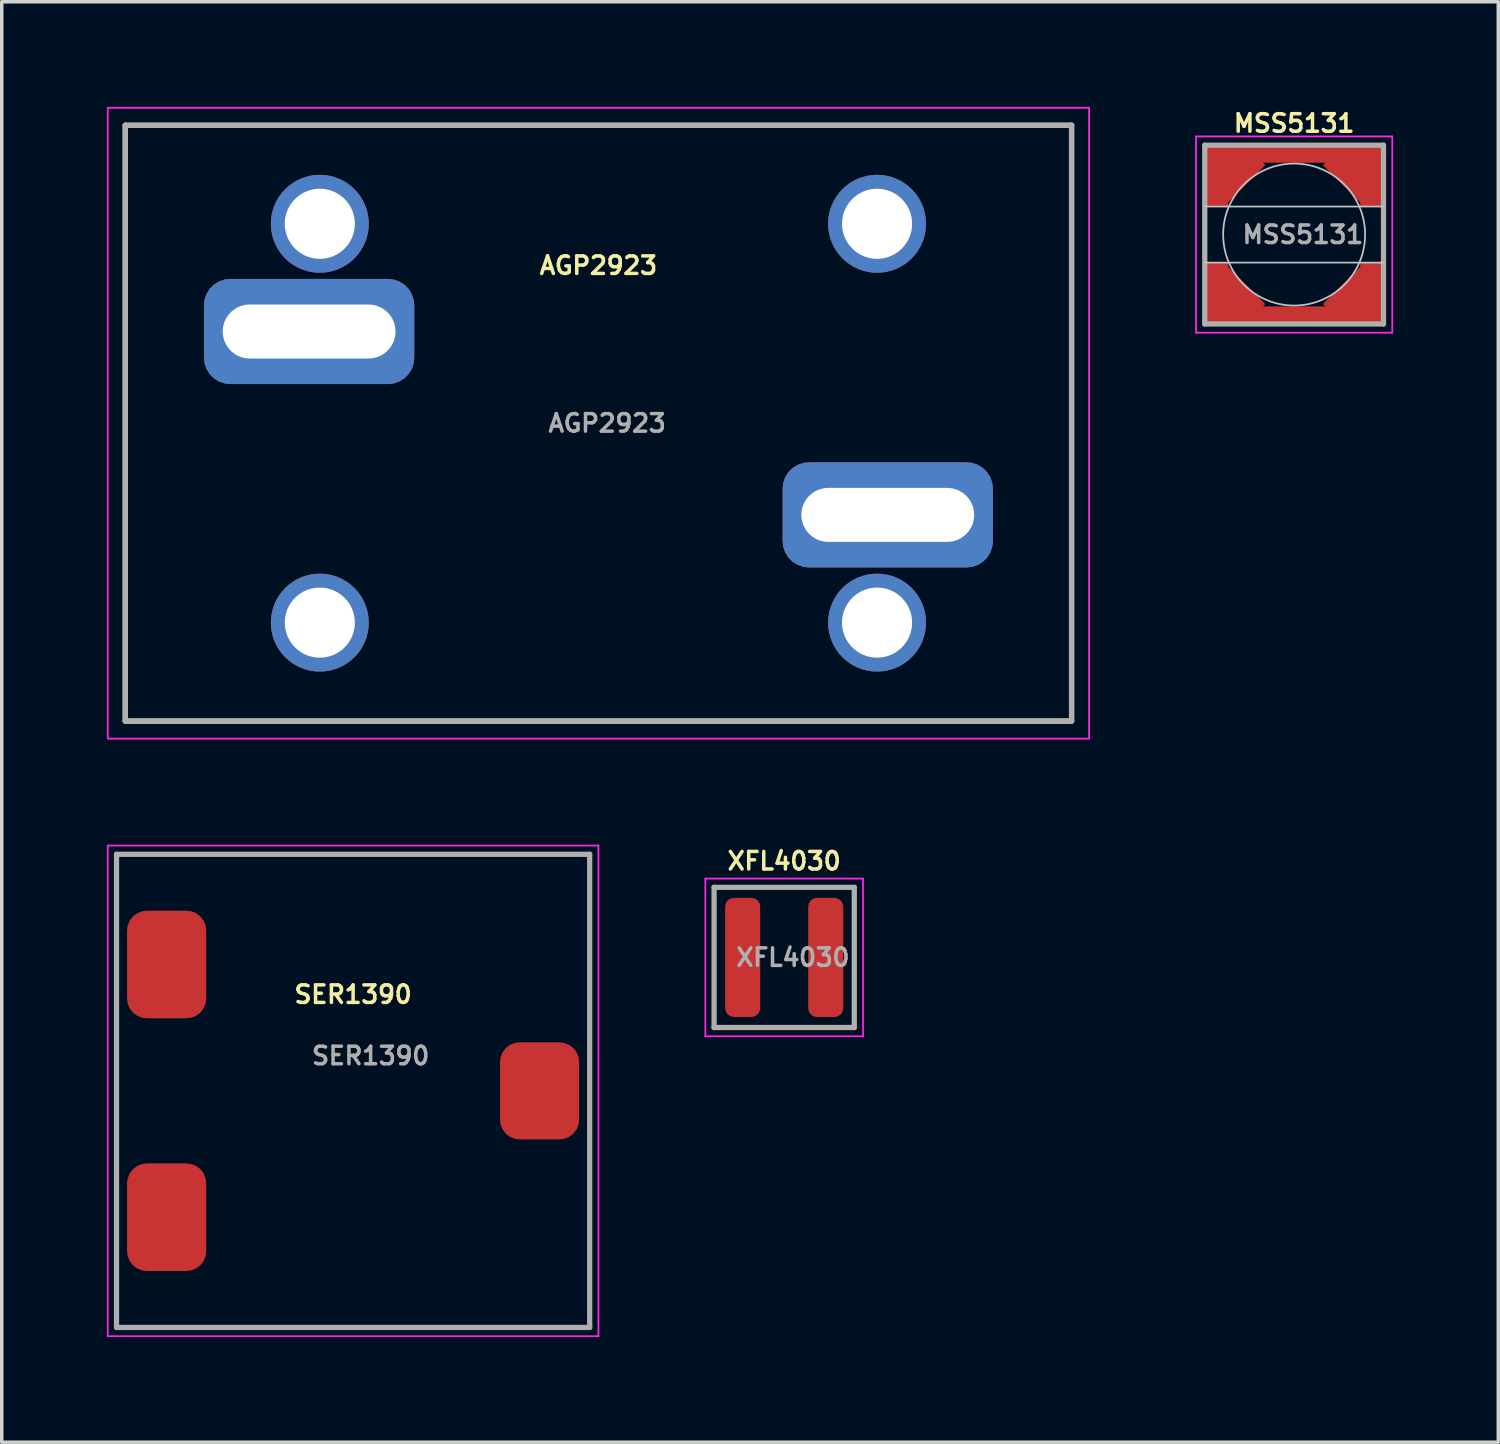
<source format=kicad_pcb>
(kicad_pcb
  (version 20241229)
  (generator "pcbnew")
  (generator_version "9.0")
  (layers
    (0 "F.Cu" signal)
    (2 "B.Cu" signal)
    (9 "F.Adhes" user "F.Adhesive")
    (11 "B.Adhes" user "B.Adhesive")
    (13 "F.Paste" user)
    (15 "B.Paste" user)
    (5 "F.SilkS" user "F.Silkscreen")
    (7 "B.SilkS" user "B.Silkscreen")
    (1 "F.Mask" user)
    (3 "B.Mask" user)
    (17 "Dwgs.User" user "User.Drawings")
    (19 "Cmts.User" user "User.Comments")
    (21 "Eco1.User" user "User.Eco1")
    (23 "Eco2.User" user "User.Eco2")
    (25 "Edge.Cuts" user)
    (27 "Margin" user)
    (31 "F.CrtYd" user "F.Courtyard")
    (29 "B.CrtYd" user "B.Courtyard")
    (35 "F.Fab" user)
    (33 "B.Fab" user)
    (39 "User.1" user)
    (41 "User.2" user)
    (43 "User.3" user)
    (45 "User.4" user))
  (footprint "SER1390"
    (layer "F.Cu")
    (at 7.025 28.075)
    (property "Reference" "SER1390" (at 0 -2.75 0) (layer "F.SilkS") (effects (font (size 0.5 0.5) (thickness 0.1))))
    (attr smd)
    (fp_line (start -7 7) (end -7 -7) (stroke (width 0.05) (type solid)) (layer "F.CrtYd"))
    (fp_line (start -7 7) (end 7 7) (stroke (width 0.05) (type solid)) (layer "F.CrtYd"))
    (fp_line (start 7 -7) (end -7 -7) (stroke (width 0.05) (type solid)) (layer "F.CrtYd"))
    (fp_line (start 7 -7) (end 7 7) (stroke (width 0.05) (type solid)) (layer "F.CrtYd"))
    (fp_line (start -6.75 -6.75) (end 6.75 -6.75) (stroke (width 0.15) (type solid)) (layer "F.Fab"))
    (fp_line (start -6.75 6.75) (end -6.75 -6.75) (stroke (width 0.15) (type solid)) (layer "F.Fab"))
    (fp_line (start 6.75 -6.75) (end 6.75 6.75) (stroke (width 0.15) (type solid)) (layer "F.Fab"))
    (fp_line (start 6.75 6.75) (end -6.75 6.75) (stroke (width 0.15) (type solid)) (layer "F.Fab"))
    (fp_text user "${REFERENCE}" (at 0.5 -1 0) (layer "F.Fab") (effects (font (size 0.5 0.5) (thickness 0.1))))
    (pad "1" smd roundrect (at -5.32 -3.605) (size 2.26 3.07) (layers "F.Cu" "F.Mask" "F.Paste") (roundrect_rratio 0.25))
    (pad "2" smd roundrect (at -5.32 3.605) (size 2.26 3.07) (layers "F.Cu" "F.Mask" "F.Paste") (roundrect_rratio 0.25))
    (pad "3" smd roundrect (at 5.32 0) (size 2.26 2.77) (layers "F.Cu" "F.Mask" "F.Paste") (roundrect_rratio 0.25)))
  (footprint "AGP2923"
    (layer "F.Cu")
    (at 14.025 9.025)
    (property "Reference" "AGP2923" (at 0 -4.5 0) (layer "F.SilkS") (effects (font (size 0.5 0.5) (thickness 0.1))))
    (attr smd)
    (fp_line (start -13.5 -8.5) (end 13.5 -8.5) (stroke (width 0.15) (type solid)) (layer "F.SilkS"))
    (fp_line (start -13.5 8.5) (end -13.5 -8.5) (stroke (width 0.15) (type solid)) (layer "F.SilkS"))
    (fp_line (start 13.5 -8.5) (end 13.5 8.5) (stroke (width 0.15) (type solid)) (layer "F.SilkS"))
    (fp_line (start 13.5 8.5) (end -13.5 8.5) (stroke (width 0.15) (type solid)) (layer "F.SilkS"))
    (fp_line (start -14 9) (end -14 -9) (stroke (width 0.05) (type solid)) (layer "F.CrtYd"))
    (fp_line (start 14 -9) (end -14 -9) (stroke (width 0.05) (type solid)) (layer "F.CrtYd"))
    (fp_line (start 14 -9) (end 14 9) (stroke (width 0.05) (type solid)) (layer "F.CrtYd"))
    (fp_line (start 14 9) (end -14 9) (stroke (width 0.05) (type solid)) (layer "F.CrtYd"))
    (fp_line (start -13.5 -8.5) (end -13.5 8.5) (stroke (width 0.15) (type solid)) (layer "F.Fab"))
    (fp_line (start -13.5 8.5) (end 13.5 8.5) (stroke (width 0.15) (type solid)) (layer "F.Fab"))
    (fp_line (start 13.5 -8.5) (end -13.5 -8.5) (stroke (width 0.15) (type solid)) (layer "F.Fab"))
    (fp_line (start 13.5 8.5) (end 13.5 -8.5) (stroke (width 0.15) (type solid)) (layer "F.Fab"))
    (fp_text user "${REFERENCE}" (at 0.25 0 0) (layer "F.Fab") (effects (font (size 0.5 0.5) (thickness 0.1))))
    (pad "" thru_hole circle (at -7.95 -5.69) (size 2.794 2.794) (drill 2) (layers "*.Cu" "*.Mask"))
    (pad "" thru_hole circle (at -7.95 5.69) (size 2.794 2.794) (drill 2) (layers "*.Cu" "*.Mask"))
    (pad "" thru_hole circle (at 7.95 -5.69) (size 2.794 2.794) (drill 2) (layers "*.Cu" "*.Mask"))
    (pad "" thru_hole circle (at 7.95 5.69) (size 2.794 2.794) (drill 2) (layers "*.Cu" "*.Mask"))
    (pad "1" thru_hole roundrect (at -8.255 -2.616) (size 6 3) (drill oval 4.93 1.54) (layers "*.Cu" "*.Mask") (roundrect_rratio 0.25))
    (pad "2" thru_hole roundrect (at 8.255 2.616) (size 6 3) (drill oval 4.93 1.54) (layers "*.Cu" "*.Mask") (roundrect_rratio 0.25)))
  (footprint "MSS5131"
    (layer "F.Cu")
    (at 33.875 3.643)
    (property "Reference" "MSS5131" (at 0 -3.175 0) (layer "F.SilkS") (effects (font (size 0.5 0.5) (thickness 0.1))))
    (attr smd)
    (fp_line (start -2.54 0.8) (end 2.54 0.8) (stroke (width 0.05) (type solid)) (layer "Dwgs.User"))
    (fp_line (start 2.54 -0.8) (end -2.54 -0.8) (stroke (width 0.05) (type solid)) (layer "Dwgs.User"))
    (fp_circle (center 0 0) (end 2.025 0) (stroke (width 0.05) (type solid)) (fill no) (layer "Dwgs.User"))
    (fp_line (start -2.8 2.8) (end -2.8 -2.8) (stroke (width 0.05) (type solid)) (layer "F.CrtYd"))
    (fp_line (start -2.8 2.8) (end 2.8 2.8) (stroke (width 0.05) (type solid)) (layer "F.CrtYd"))
    (fp_line (start 2.8 -2.8) (end -2.8 -2.8) (stroke (width 0.05) (type solid)) (layer "F.CrtYd"))
    (fp_line (start 2.8 -2.8) (end 2.8 2.8) (stroke (width 0.05) (type solid)) (layer "F.CrtYd"))
    (fp_line (start -2.55 -2.55) (end 2.55 -2.55) (stroke (width 0.15) (type solid)) (layer "F.Fab"))
    (fp_line (start -2.55 2.55) (end -2.55 -2.55) (stroke (width 0.15) (type solid)) (layer "F.Fab"))
    (fp_line (start 2.55 -2.55) (end 2.55 2.55) (stroke (width 0.15) (type solid)) (layer "F.Fab"))
    (fp_line (start 2.55 2.55) (end -2.55 2.55) (stroke (width 0.15) (type solid)) (layer "F.Fab"))
    (fp_text user "${REFERENCE}" (at 0.25 0 0) (layer "F.Fab") (effects (font (size 0.5 0.5) (thickness 0.1))))
    (pad "1" smd rect (at -2.21 -1.67) (size 0.65 1.75) (layers "F.Cu" "F.Mask" "F.Paste"))
    (pad "1" smd rect (at -1.67 -1.7 315) (size 0.8 1.6) (layers "F.Cu" "F.Mask" "F.Paste"))
    (pad "1" smd rect (at 0 -2.3 90) (size 0.5 5.08) (layers "F.Cu" "F.Mask" "F.Paste"))
    (pad "1" smd rect (at 1.67 -1.7 45) (size 0.8 1.6) (layers "F.Cu" "F.Mask" "F.Paste"))
    (pad "1" smd rect (at 2.21 -1.67) (size 0.65 1.75) (layers "F.Cu" "F.Mask" "F.Paste"))
    (pad "2" smd rect (at -2.21 1.67) (size 0.65 1.75) (layers "F.Cu" "F.Mask" "F.Paste"))
    (pad "2" smd rect (at -1.67 1.7 45) (size 0.8 1.6) (layers "F.Cu" "F.Mask" "F.Paste"))
    (pad "2" smd rect (at 0 2.3 90) (size 0.5 5.08) (layers "F.Cu" "F.Mask" "F.Paste"))
    (pad "2" smd rect (at 1.67 1.7 315) (size 0.8 1.6) (layers "F.Cu" "F.Mask" "F.Paste"))
    (pad "2" smd rect (at 2.21 1.67) (size 0.65 1.75) (layers "F.Cu" "F.Mask" "F.Paste")))
  (footprint "XFL4030"
    (layer "F.Cu")
    (at 19.325 24.268)
    (property "Reference" "XFL4030" (at 0 -2.75 0) (layer "F.SilkS") (effects (font (size 0.5 0.5) (thickness 0.1))))
    (attr smd)
    (fp_line (start -2.25 2.25) (end -2.25 -2.25) (stroke (width 0.05) (type solid)) (layer "F.CrtYd"))
    (fp_line (start -2.25 2.25) (end 2.25 2.25) (stroke (width 0.05) (type solid)) (layer "F.CrtYd"))
    (fp_line (start 2.25 -2.25) (end -2.25 -2.25) (stroke (width 0.05) (type solid)) (layer "F.CrtYd"))
    (fp_line (start 2.25 -2.25) (end 2.25 2.25) (stroke (width 0.05) (type solid)) (layer "F.CrtYd"))
    (fp_line (start -2 -2) (end 2 -2) (stroke (width 0.15) (type solid)) (layer "F.Fab"))
    (fp_line (start -2 2) (end -2 -2) (stroke (width 0.15) (type solid)) (layer "F.Fab"))
    (fp_line (start 2 -2) (end 2 2) (stroke (width 0.15) (type solid)) (layer "F.Fab"))
    (fp_line (start 2 2) (end -2 2) (stroke (width 0.15) (type solid)) (layer "F.Fab"))
    (fp_text user "${REFERENCE}" (at 0.25 0 0) (layer "F.Fab") (effects (font (size 0.5 0.5) (thickness 0.1))))
    (pad "1" smd roundrect (at -1.185 0) (size 1 3.4) (layers "F.Cu" "F.Mask" "F.Paste") (roundrect_rratio 0.25))
    (pad "2" smd roundrect (at 1.185 0) (size 1 3.4) (layers "F.Cu" "F.Mask" "F.Paste") (roundrect_rratio 0.25)))
  (gr_rect
    (start -3 -3)
    (end 39.7 38.1)
    (stroke (width 0.1) (type default))
    (fill no)
    (layer "Edge.Cuts")))
</source>
